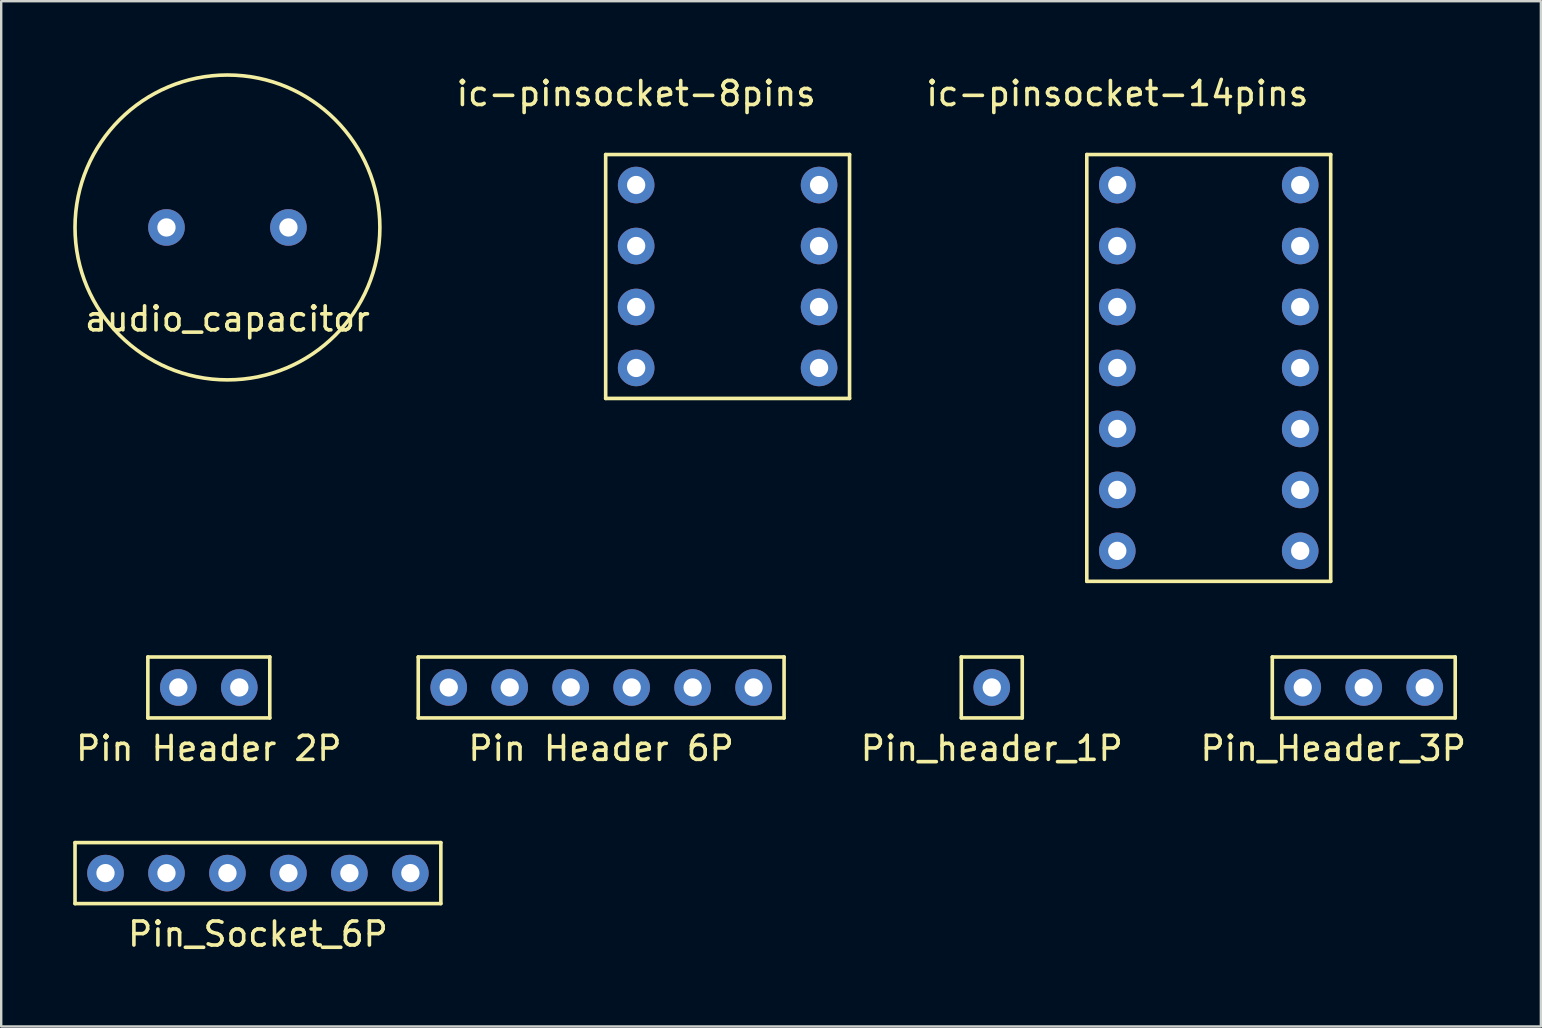
<source format=kicad_pcb>
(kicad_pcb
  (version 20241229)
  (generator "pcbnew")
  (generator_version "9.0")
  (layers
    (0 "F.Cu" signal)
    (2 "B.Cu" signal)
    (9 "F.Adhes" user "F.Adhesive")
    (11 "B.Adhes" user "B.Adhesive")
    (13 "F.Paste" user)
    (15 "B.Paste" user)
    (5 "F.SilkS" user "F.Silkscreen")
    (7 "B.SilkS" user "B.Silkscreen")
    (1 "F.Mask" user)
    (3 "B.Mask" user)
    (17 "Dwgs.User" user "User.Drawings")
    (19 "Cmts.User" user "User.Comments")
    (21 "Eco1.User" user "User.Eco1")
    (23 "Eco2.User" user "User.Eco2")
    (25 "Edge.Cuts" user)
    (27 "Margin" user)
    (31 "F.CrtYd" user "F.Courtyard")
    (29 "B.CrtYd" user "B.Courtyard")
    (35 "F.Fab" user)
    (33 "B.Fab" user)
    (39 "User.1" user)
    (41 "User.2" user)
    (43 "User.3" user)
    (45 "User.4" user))
  (footprint "Pin_Header_3P"
    (layer "F.Cu")
    (at 53.761 25.588)
    (property "Reference" "Pin_Header_3P" (at -1.27 2.54 0) (layer "F.SilkS") (effects (font (size 1 1) (thickness 0.15))))
    (attr through_hole)
    (fp_line (start -3.81 -1.27) (end -3.81 1.27) (stroke (width 0.15) (type solid)) (layer "F.SilkS"))
    (fp_line (start -3.81 -1.27) (end 3.81 -1.27) (stroke (width 0.15) (type solid)) (layer "F.SilkS"))
    (fp_line (start 3.81 -1.27) (end 3.81 1.27) (stroke (width 0.15) (type solid)) (layer "F.SilkS"))
    (fp_line (start 3.81 1.27) (end -3.81 1.27) (stroke (width 0.15) (type solid)) (layer "F.SilkS"))
    (pad "1" thru_hole circle (at -2.54 0) (size 1.524 1.524) (drill 0.762) (layers "*.Cu" "*.Mask"))
    (pad "2" thru_hole circle (at 0 0) (size 1.524 1.524) (drill 0.762) (layers "*.Cu" "*.Mask"))
    (pad "3" thru_hole circle (at 2.54 0) (size 1.524 1.524) (drill 0.762) (layers "*.Cu" "*.Mask")))
  (footprint "Pin Header 6P"
    (layer "F.Cu")
    (at 21.993 25.588)
    (property "Reference" "Pin Header 6P" (at 0 2.54 0) (layer "F.SilkS") (effects (font (size 1 1) (thickness 0.15))))
    (attr through_hole)
    (fp_line (start -7.62 -1.27) (end -7.62 1.27) (stroke (width 0.15) (type solid)) (layer "F.SilkS"))
    (fp_line (start -7.62 1.27) (end 7.62 1.27) (stroke (width 0.15) (type solid)) (layer "F.SilkS"))
    (fp_line (start 7.62 -1.27) (end -7.62 -1.27) (stroke (width 0.15) (type solid)) (layer "F.SilkS"))
    (fp_line (start 7.62 1.27) (end 7.62 -1.27) (stroke (width 0.15) (type solid)) (layer "F.SilkS"))
    (pad "1" thru_hole circle (at -6.35 0) (size 1.524 1.524) (drill 0.762) (layers "*.Cu" "*.Mask"))
    (pad "2" thru_hole circle (at -3.81 0) (size 1.524 1.524) (drill 0.762) (layers "*.Cu" "*.Mask"))
    (pad "3" thru_hole circle (at -1.27 0) (size 1.524 1.524) (drill 0.762) (layers "*.Cu" "*.Mask"))
    (pad "4" thru_hole circle (at 1.27 0) (size 1.524 1.524) (drill 0.762) (layers "*.Cu" "*.Mask"))
    (pad "5" thru_hole circle (at 3.81 0) (size 1.524 1.524) (drill 0.762) (layers "*.Cu" "*.Mask"))
    (pad "6" thru_hole circle (at 6.35 0) (size 1.524 1.524) (drill 0.762) (layers "*.Cu" "*.Mask")))
  (footprint "ic-pinsocket-14pins"
    (layer "F.Cu")
    (at 47.304 12.278)
    (property "Reference" "ic-pinsocket-14pins" (at -3.81 -11.43 0) (layer "F.SilkS") (effects (font (size 1 1) (thickness 0.15))))
    (attr through_hole)
    (fp_line (start -5.08 -8.89) (end 5.08 -8.89) (stroke (width 0.15) (type solid)) (layer "F.SilkS"))
    (fp_line (start -5.08 8.89) (end -5.08 -8.89) (stroke (width 0.15) (type solid)) (layer "F.SilkS"))
    (fp_line (start 5.08 -8.89) (end 5.08 8.89) (stroke (width 0.15) (type solid)) (layer "F.SilkS"))
    (fp_line (start 5.08 8.89) (end -5.08 8.89) (stroke (width 0.15) (type solid)) (layer "F.SilkS"))
    (pad "1" thru_hole circle (at -3.81 -7.62) (size 1.524 1.524) (drill 0.762) (layers "*.Cu" "*.Mask"))
    (pad "2" thru_hole circle (at -3.81 -5.08) (size 1.524 1.524) (drill 0.762) (layers "*.Cu" "*.Mask"))
    (pad "3" thru_hole circle (at -3.81 -2.54) (size 1.524 1.524) (drill 0.762) (layers "*.Cu" "*.Mask"))
    (pad "4" thru_hole circle (at -3.81 0) (size 1.524 1.524) (drill 0.762) (layers "*.Cu" "*.Mask"))
    (pad "5" thru_hole circle (at -3.81 2.54) (size 1.524 1.524) (drill 0.762) (layers "*.Cu" "*.Mask"))
    (pad "6" thru_hole circle (at -3.81 5.08) (size 1.524 1.524) (drill 0.762) (layers "*.Cu" "*.Mask"))
    (pad "7" thru_hole circle (at -3.81 7.62) (size 1.524 1.524) (drill 0.762) (layers "*.Cu" "*.Mask"))
    (pad "8" thru_hole circle (at 3.81 7.62) (size 1.524 1.524) (drill 0.762) (layers "*.Cu" "*.Mask"))
    (pad "9" thru_hole circle (at 3.81 5.08) (size 1.524 1.524) (drill 0.762) (layers "*.Cu" "*.Mask"))
    (pad "10" thru_hole circle (at 3.81 2.54) (size 1.524 1.524) (drill 0.762) (layers "*.Cu" "*.Mask"))
    (pad "11" thru_hole circle (at 3.81 0) (size 1.524 1.524) (drill 0.762) (layers "*.Cu" "*.Mask"))
    (pad "12" thru_hole circle (at 3.81 -2.54) (size 1.524 1.524) (drill 0.762) (layers "*.Cu" "*.Mask"))
    (pad "13" thru_hole circle (at 3.81 -5.08) (size 1.524 1.524) (drill 0.762) (layers "*.Cu" "*.Mask"))
    (pad "14" thru_hole circle (at 3.81 -7.62) (size 1.524 1.524) (drill 0.762) (layers "*.Cu" "*.Mask")))
  (footprint "Pin Header 2P"
    (layer "F.Cu")
    (at 5.649 25.588)
    (property "Reference" "Pin Header 2P" (at 0 2.54 0) (layer "F.SilkS") (effects (font (size 1 1) (thickness 0.15))))
    (attr through_hole)
    (fp_line (start -2.54 -1.27) (end -2.54 1.27) (stroke (width 0.15) (type solid)) (layer "F.SilkS"))
    (fp_line (start -2.54 1.27) (end 2.54 1.27) (stroke (width 0.15) (type solid)) (layer "F.SilkS"))
    (fp_line (start 2.54 -1.27) (end -2.54 -1.27) (stroke (width 0.15) (type solid)) (layer "F.SilkS"))
    (fp_line (start 2.54 1.27) (end 2.54 -1.27) (stroke (width 0.15) (type solid)) (layer "F.SilkS"))
    (pad "1" thru_hole circle (at -1.27 0) (size 1.524 1.524) (drill 0.762) (layers "*.Cu" "*.Mask"))
    (pad "2" thru_hole circle (at 1.27 0) (size 1.524 1.524) (drill 0.762) (layers "*.Cu" "*.Mask")))
  (footprint "Pin_Socket_6P"
    (layer "F.Cu")
    (at 7.695 33.322)
    (property "Reference" "Pin_Socket_6P" (at 0 2.54 0) (layer "F.SilkS") (effects (font (size 1 1) (thickness 0.15))))
    (attr through_hole)
    (fp_line (start -7.62 -1.27) (end -7.62 1.27) (stroke (width 0.15) (type solid)) (layer "F.SilkS"))
    (fp_line (start -7.62 1.27) (end 7.62 1.27) (stroke (width 0.15) (type solid)) (layer "F.SilkS"))
    (fp_line (start 7.62 -1.27) (end -7.62 -1.27) (stroke (width 0.15) (type solid)) (layer "F.SilkS"))
    (fp_line (start 7.62 1.27) (end 7.62 -1.27) (stroke (width 0.15) (type solid)) (layer "F.SilkS"))
    (pad "1" thru_hole circle (at -6.35 0) (size 1.524 1.524) (drill 0.762) (layers "*.Cu" "*.Mask"))
    (pad "2" thru_hole circle (at -3.81 0) (size 1.524 1.524) (drill 0.762) (layers "*.Cu" "*.Mask"))
    (pad "3" thru_hole circle (at -1.27 0) (size 1.524 1.524) (drill 0.762) (layers "*.Cu" "*.Mask"))
    (pad "4" thru_hole circle (at 1.27 0) (size 1.524 1.524) (drill 0.762) (layers "*.Cu" "*.Mask"))
    (pad "5" thru_hole circle (at 3.81 0) (size 1.524 1.524) (drill 0.762) (layers "*.Cu" "*.Mask"))
    (pad "6" thru_hole circle (at 6.35 0) (size 1.524 1.524) (drill 0.762) (layers "*.Cu" "*.Mask")))
  (footprint "ic-pinsocket-8pins"
    (layer "F.Cu")
    (at 27.261 8.468)
    (property "Reference" "ic-pinsocket-8pins" (at -3.81 -7.62 0) (layer "F.SilkS") (effects (font (size 1 1) (thickness 0.15))))
    (attr through_hole)
    (fp_line (start -5.08 -5.08) (end -5.08 5.08) (stroke (width 0.15) (type solid)) (layer "F.SilkS"))
    (fp_line (start -5.08 -5.08) (end 5.08 -5.08) (stroke (width 0.15) (type solid)) (layer "F.SilkS"))
    (fp_line (start 5.08 -5.08) (end 5.08 5.08) (stroke (width 0.15) (type solid)) (layer "F.SilkS"))
    (fp_line (start 5.08 5.08) (end -5.08 5.08) (stroke (width 0.15) (type solid)) (layer "F.SilkS"))
    (pad "1" thru_hole circle (at -3.81 -3.81) (size 1.524 1.524) (drill 0.762) (layers "*.Cu" "*.Mask"))
    (pad "2" thru_hole circle (at -3.81 -1.27) (size 1.524 1.524) (drill 0.762) (layers "*.Cu" "*.Mask"))
    (pad "3" thru_hole circle (at -3.81 1.27) (size 1.524 1.524) (drill 0.762) (layers "*.Cu" "*.Mask"))
    (pad "4" thru_hole circle (at -3.81 3.81) (size 1.524 1.524) (drill 0.762) (layers "*.Cu" "*.Mask"))
    (pad "5" thru_hole circle (at 3.81 3.81) (size 1.524 1.524) (drill 0.762) (layers "*.Cu" "*.Mask"))
    (pad "6" thru_hole circle (at 3.81 1.27) (size 1.524 1.524) (drill 0.762) (layers "*.Cu" "*.Mask"))
    (pad "7" thru_hole circle (at 3.81 -1.27) (size 1.524 1.524) (drill 0.762) (layers "*.Cu" "*.Mask"))
    (pad "8" thru_hole circle (at 3.81 -3.81) (size 1.524 1.524) (drill 0.762) (layers "*.Cu" "*.Mask")))
  (footprint "audio_capacitor"
    (layer "F.Cu")
    (at 6.425 6.425)
    (property "Reference" "audio_capacitor" (at 0 3.81 0) (layer "F.SilkS") (effects (font (size 1 1) (thickness 0.15))))
    (attr through_hole)
    (fp_circle (center 0 0) (end 6.35 0) (stroke (width 0.15) (type solid)) (fill no) (layer "F.SilkS"))
    (pad "1" thru_hole circle (at -2.54 0) (size 1.524 1.524) (drill 0.762) (layers "*.Cu" "*.Mask"))
    (pad "2" thru_hole circle (at 2.54 0) (size 1.524 1.524) (drill 0.762) (layers "*.Cu" "*.Mask")))
  (footprint "Pin_header_1P"
    (layer "F.Cu")
    (at 38.265 25.588)
    (property "Reference" "Pin_header_1P" (at 0 2.54 0) (layer "F.SilkS") (effects (font (size 1 1) (thickness 0.15))))
    (attr through_hole)
    (fp_line (start -1.27 -1.27) (end -1.27 1.27) (stroke (width 0.15) (type solid)) (layer "F.SilkS"))
    (fp_line (start -1.27 1.27) (end 1.27 1.27) (stroke (width 0.15) (type solid)) (layer "F.SilkS"))
    (fp_line (start 1.27 -1.27) (end -1.27 -1.27) (stroke (width 0.15) (type solid)) (layer "F.SilkS"))
    (fp_line (start 1.27 1.27) (end 1.27 -1.27) (stroke (width 0.15) (type solid)) (layer "F.SilkS"))
    (pad "1" thru_hole circle (at 0 0) (size 1.524 1.524) (drill 0.762) (layers "*.Cu" "*.Mask")))
  (gr_rect
    (start -3 -3)
    (end 61.14 39.71)
    (stroke (width 0.1) (type default))
    (fill no)
    (layer "Edge.Cuts")))
</source>
